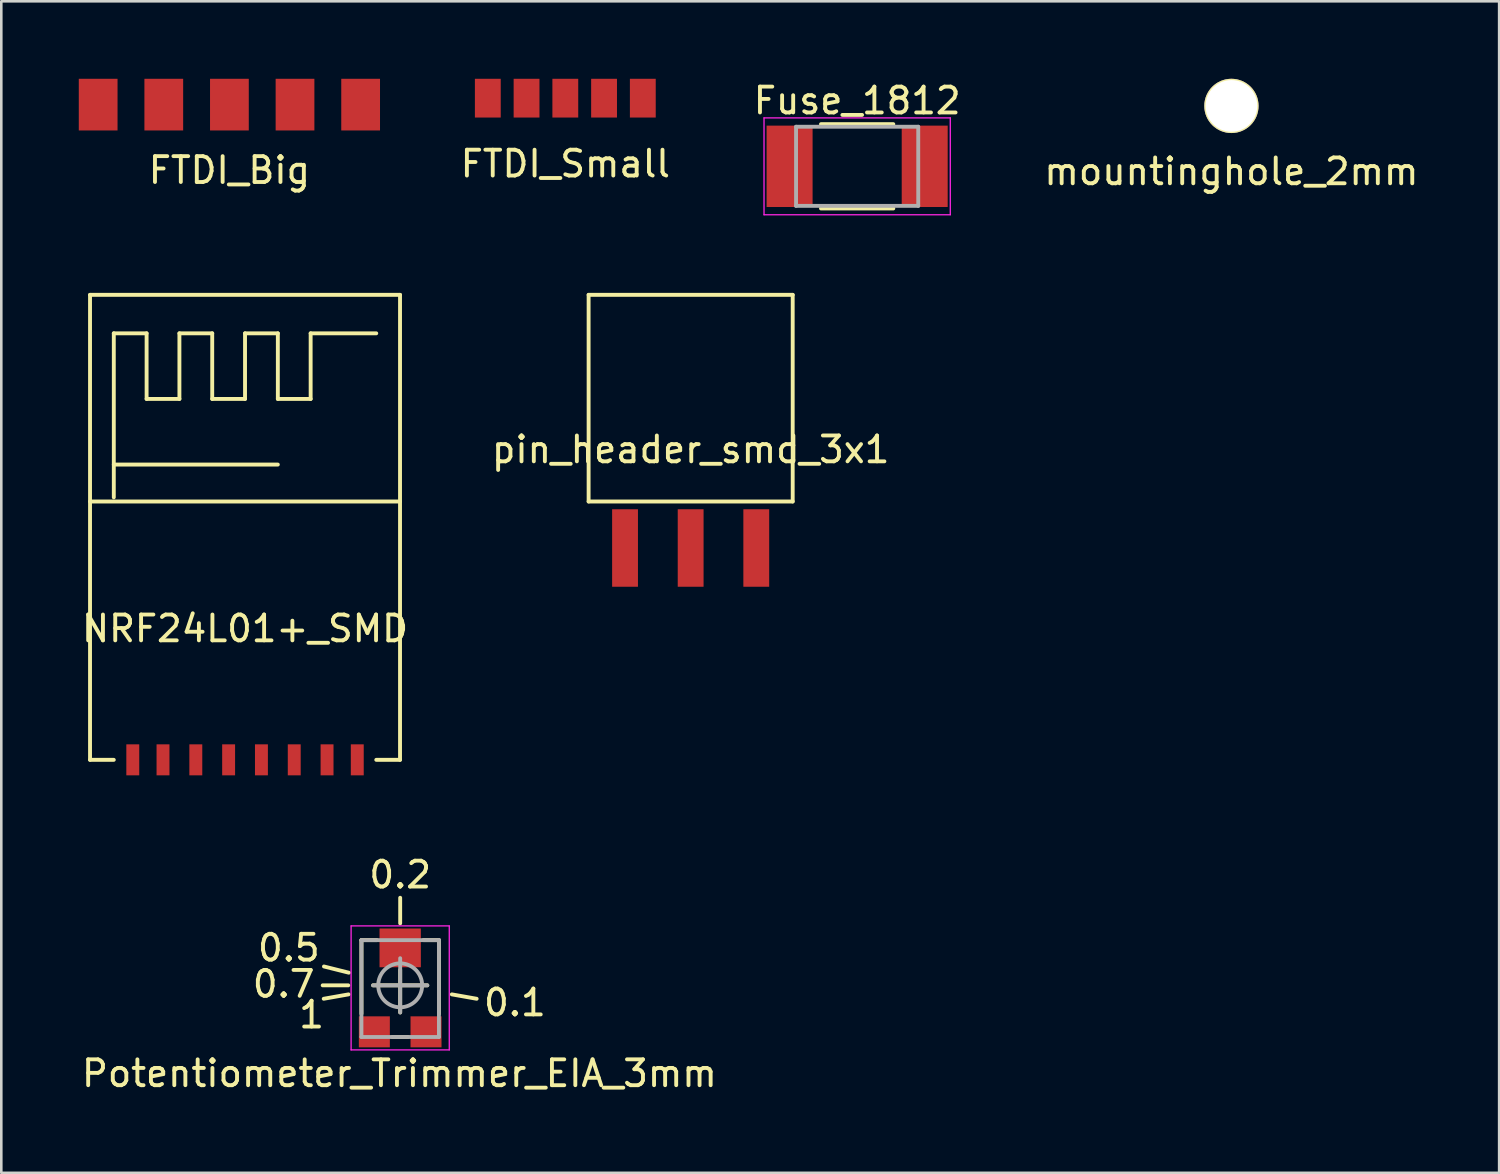
<source format=kicad_pcb>
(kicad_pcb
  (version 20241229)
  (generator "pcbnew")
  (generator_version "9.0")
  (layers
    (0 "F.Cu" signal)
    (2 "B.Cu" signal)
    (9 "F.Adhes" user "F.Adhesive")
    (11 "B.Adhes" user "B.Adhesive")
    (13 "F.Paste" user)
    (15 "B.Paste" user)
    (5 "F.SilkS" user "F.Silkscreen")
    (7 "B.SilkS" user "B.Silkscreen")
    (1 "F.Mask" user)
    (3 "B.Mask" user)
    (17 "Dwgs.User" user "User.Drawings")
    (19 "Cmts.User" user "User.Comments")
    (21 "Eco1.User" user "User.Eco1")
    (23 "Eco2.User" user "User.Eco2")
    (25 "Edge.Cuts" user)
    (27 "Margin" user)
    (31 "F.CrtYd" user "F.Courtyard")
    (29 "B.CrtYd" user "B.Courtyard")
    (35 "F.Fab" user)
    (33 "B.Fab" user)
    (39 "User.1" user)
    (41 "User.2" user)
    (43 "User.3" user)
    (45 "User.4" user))
  (footprint "pin_header_smd_3x1"
    (layer "F.Cu")
    (at 23.685 18.163)
    (property "Reference" "pin_header_smd_3x1" (at 0 -3.81 0) (layer "F.SilkS") (effects (font (size 1 1) (thickness 0.15))))
    (attr through_hole)
    (fp_line (start -3.95 -9.8) (end 3.95 -9.8) (stroke (width 0.15) (type solid)) (layer "F.SilkS"))
    (fp_line (start -3.95 -1.8) (end -3.95 -9.8) (stroke (width 0.15) (type solid)) (layer "F.SilkS"))
    (fp_line (start -3.95 -1.8) (end 3.95 -1.8) (stroke (width 0.15) (type solid)) (layer "F.SilkS"))
    (fp_line (start 3.95 -1.8) (end 3.95 -9.8) (stroke (width 0.15) (type solid)) (layer "F.SilkS"))
    (pad "1" smd rect (at -2.54 0) (size 1 3) (layers "F.Cu" "F.Mask" "F.Paste"))
    (pad "2" smd rect (at 0 0) (size 1 3) (layers "F.Cu" "F.Mask" "F.Paste"))
    (pad "3" smd rect (at 2.54 0) (size 1 3) (layers "F.Cu" "F.Mask" "F.Paste")))
  (footprint "mountinghole_2mm"
    (layer "F.Cu")
    (at 44.618 1.05)
    (property "Reference" "mountinghole_2mm" (at 0 2.54 0) (layer "F.SilkS") (effects (font (size 1 1) (thickness 0.15))))
    (attr through_hole)
    (pad "1" thru_hole circle (at 0 0) (size 2.1 2.1) (drill 2) (layers "*.Cu" "*.Mask" "F.SilkS")))
  (footprint "Potentiometer_Trimmer_EIA_3mm"
    (layer "F.Cu")
    (at 12.441 35.092)
    (property "Reference" "Potentiometer_Trimmer_EIA_3mm" (at -0.03 3.41 0) (layer "F.SilkS") (effects (font (size 1 1) (thickness 0.15))))
    (attr through_hole)
    (fp_line (start -2.01 0) (end -3 0) (stroke (width 0.15) (type solid)) (layer "F.SilkS"))
    (fp_line (start -2 0.35) (end -2.96 0.52) (stroke (width 0.15) (type solid)) (layer "F.SilkS"))
    (fp_line (start -1.99 -0.49) (end -2.95 -0.73) (stroke (width 0.15) (type solid)) (layer "F.SilkS"))
    (fp_line (start -1.5 -1.75) (end -1.5 1.1) (stroke (width 0.15) (type solid)) (layer "F.SilkS"))
    (fp_line (start -1.5 -1.75) (end -0.9 -1.75) (stroke (width 0.15) (type solid)) (layer "F.SilkS"))
    (fp_line (start -1.05 0) (end 1.05 0) (stroke (width 0.15) (type solid)) (layer "F.SilkS"))
    (fp_line (start -0.3 2) (end 0.3 2) (stroke (width 0.15) (type solid)) (layer "F.SilkS"))
    (fp_line (start 0 -2.4) (end 0 -3.39) (stroke (width 0.15) (type solid)) (layer "F.SilkS"))
    (fp_line (start 0 -0.6) (end 0 1.05) (stroke (width 0.15) (type solid)) (layer "F.SilkS"))
    (fp_line (start 1.5 -1.75) (end 0.9 -1.75) (stroke (width 0.15) (type solid)) (layer "F.SilkS"))
    (fp_line (start 1.5 -1.75) (end 1.5 1.1) (stroke (width 0.15) (type solid)) (layer "F.SilkS"))
    (fp_line (start 2 0.35) (end 2.96 0.52) (stroke (width 0.15) (type solid)) (layer "F.SilkS"))
    (fp_line (start -1.9 -2.3) (end -1.9 2.5) (stroke (width 0.05) (type solid)) (layer "F.CrtYd"))
    (fp_line (start 1.9 -2.3) (end -1.9 -2.3) (stroke (width 0.05) (type solid)) (layer "F.CrtYd"))
    (fp_line (start 1.9 -2.3) (end 1.9 2.5) (stroke (width 0.05) (type solid)) (layer "F.CrtYd"))
    (fp_line (start 1.9 2.5) (end -1.9 2.5) (stroke (width 0.05) (type solid)) (layer "F.CrtYd"))
    (fp_line (start -1.5 -1.75) (end -1.5 2) (stroke (width 0.15) (type solid)) (layer "F.Fab"))
    (fp_line (start -1.5 -1.75) (end 1.5 -1.75) (stroke (width 0.15) (type solid)) (layer "F.Fab"))
    (fp_line (start -1.5 2) (end 1.5 2) (stroke (width 0.15) (type solid)) (layer "F.Fab"))
    (fp_line (start -1.05 0) (end 1.05 0) (stroke (width 0.15) (type solid)) (layer "F.Fab"))
    (fp_line (start 0 -1.05) (end 0 1.05) (stroke (width 0.15) (type solid)) (layer "F.Fab"))
    (fp_line (start 1.5 -1.75) (end 1.5 2) (stroke (width 0.15) (type solid)) (layer "F.Fab"))
    (fp_circle (center 0 0) (end 0.85 0) (stroke (width 0.15) (type solid)) (fill no) (layer "F.Fab"))
    (fp_text user "0.1" (at 4.44 0.67 0) (layer "F.SilkS") (effects (font (size 1 1) (thickness 0.15))))
    (fp_text user "1" (at -3.43 1.14 0) (layer "F.SilkS") (effects (font (size 1 1) (thickness 0.15))))
    (fp_text user "0.7" (at -4.51 -0.05 0) (layer "F.SilkS") (effects (font (size 1 1) (thickness 0.15))))
    (fp_text user "0.5" (at -4.31 -1.45 0) (layer "F.SilkS") (effects (font (size 1 1) (thickness 0.15))))
    (fp_text user "0.2" (at 0 -4.28 0) (layer "F.SilkS") (effects (font (size 1 1) (thickness 0.15))))
    (pad "1" smd rect (at -1 1.8) (size 1.2 1.2) (layers "F.Cu" "F.Mask" "F.Paste"))
    (pad "2" smd rect (at 0 -1.45) (size 1.6 1.5) (layers "F.Cu" "F.Mask" "F.Paste"))
    (pad "3" smd rect (at 1 1.8) (size 1.2 1.2) (layers "F.Cu" "F.Mask" "F.Paste")))
  (footprint "NRF24L01+_SMD"
    (layer "F.Cu")
    (at 6.435 26.363)
    (property "Reference" "NRF24L01+_SMD" (at 0 -5.08 0) (layer "F.SilkS") (effects (font (size 1 1) (thickness 0.15))))
    (attr through_hole)
    (fp_line (start -6 -18) (end 6 -18) (stroke (width 0.15) (type solid)) (layer "F.SilkS"))
    (fp_line (start -6 -10) (end 6 -10) (stroke (width 0.15) (type solid)) (layer "F.SilkS"))
    (fp_line (start -6 0) (end -6 -18) (stroke (width 0.15) (type solid)) (layer "F.SilkS"))
    (fp_line (start -5.08 -16.51) (end -5.08 -10.16) (stroke (width 0.15) (type solid)) (layer "F.SilkS"))
    (fp_line (start -5.08 -16.51) (end -3.81 -16.51) (stroke (width 0.15) (type solid)) (layer "F.SilkS"))
    (fp_line (start -5.08 -11.43) (end 1.27 -11.43) (stroke (width 0.15) (type solid)) (layer "F.SilkS"))
    (fp_line (start -5.08 0) (end -6 0) (stroke (width 0.15) (type solid)) (layer "F.SilkS"))
    (fp_line (start -3.81 -16.51) (end -3.81 -13.97) (stroke (width 0.15) (type solid)) (layer "F.SilkS"))
    (fp_line (start -3.81 -13.97) (end -2.54 -13.97) (stroke (width 0.15) (type solid)) (layer "F.SilkS"))
    (fp_line (start -2.54 -16.51) (end -1.27 -16.51) (stroke (width 0.15) (type solid)) (layer "F.SilkS"))
    (fp_line (start -2.54 -13.97) (end -2.54 -16.51) (stroke (width 0.15) (type solid)) (layer "F.SilkS"))
    (fp_line (start -1.27 -16.51) (end -1.27 -13.97) (stroke (width 0.15) (type solid)) (layer "F.SilkS"))
    (fp_line (start -1.27 -13.97) (end 0 -13.97) (stroke (width 0.15) (type solid)) (layer "F.SilkS"))
    (fp_line (start 0 -16.51) (end 1.27 -16.51) (stroke (width 0.15) (type solid)) (layer "F.SilkS"))
    (fp_line (start 0 -13.97) (end 0 -16.51) (stroke (width 0.15) (type solid)) (layer "F.SilkS"))
    (fp_line (start 1.27 -16.51) (end 1.27 -13.97) (stroke (width 0.15) (type solid)) (layer "F.SilkS"))
    (fp_line (start 1.27 -13.97) (end 2.54 -13.97) (stroke (width 0.15) (type solid)) (layer "F.SilkS"))
    (fp_line (start 2.54 -16.51) (end 5.08 -16.51) (stroke (width 0.15) (type solid)) (layer "F.SilkS"))
    (fp_line (start 2.54 -13.97) (end 2.54 -16.51) (stroke (width 0.15) (type solid)) (layer "F.SilkS"))
    (fp_line (start 5.08 0) (end 6 0) (stroke (width 0.15) (type solid)) (layer "F.SilkS"))
    (fp_line (start 6 -18) (end 6 0) (stroke (width 0.15) (type solid)) (layer "F.SilkS"))
    (pad "1" smd rect (at -3.175 0) (size 0.5 1.2) (layers "F.Cu" "F.Mask" "F.Paste"))
    (pad "2" smd rect (at -4.345 0) (size 0.5 1.2) (layers "F.Cu" "F.Mask" "F.Paste"))
    (pad "3" smd rect (at -1.905 0) (size 0.5 1.2) (layers "F.Cu" "F.Mask" "F.Paste"))
    (pad "4" smd rect (at -0.635 0) (size 0.5 1.2) (layers "F.Cu" "F.Mask" "F.Paste"))
    (pad "5" smd rect (at 0.635 0) (size 0.5 1.2) (layers "F.Cu" "F.Mask" "F.Paste"))
    (pad "6" smd rect (at 1.905 0) (size 0.5 1.2) (layers "F.Cu" "F.Mask" "F.Paste"))
    (pad "7" smd rect (at 3.175 0) (size 0.5 1.2) (layers "F.Cu" "F.Mask" "F.Paste"))
    (pad "8" smd rect (at 4.345 0) (size 0.5 1.2) (layers "F.Cu" "F.Mask" "F.Paste")))
  (footprint "FTDI_Small"
    (layer "F.Cu")
    (at 18.833 0.75)
    (property "Reference" "FTDI_Small" (at 0 2.54 0) (layer "F.SilkS") (effects (font (size 1 1) (thickness 0.15))))
    (attr through_hole)
    (pad "1" smd rect (at -3 0) (size 1 1.5) (layers "F.Cu" "F.Mask" "F.Paste"))
    (pad "2" smd rect (at -1.5 0) (size 1 1.5) (layers "F.Cu" "F.Mask" "F.Paste"))
    (pad "3" smd rect (at 0 0) (size 1 1.5) (layers "F.Cu" "F.Mask" "F.Paste"))
    (pad "4" smd rect (at 1.5 0) (size 1 1.5) (layers "F.Cu" "F.Mask" "F.Paste"))
    (pad "5" smd rect (at 3 0) (size 1 1.5) (layers "F.Cu" "F.Mask" "F.Paste")))
  (footprint "Fuse_1812"
    (layer "F.Cu")
    (at 30.13 3.388)
    (property "Reference" "Fuse_1812" (at 0 -2.54 0) (layer "F.SilkS") (effects (font (size 1 1) (thickness 0.15))))
    (attr through_hole)
    (fp_line (start -1.4 -1.632) (end 1.4 -1.632) (stroke (width 0.15) (type solid)) (layer "F.SilkS"))
    (fp_line (start -1.4 1.632) (end 1.4 1.632) (stroke (width 0.15) (type solid)) (layer "F.SilkS"))
    (fp_line (start -3.605 -1.875) (end -3.605 1.875) (stroke (width 0.05) (type solid)) (layer "F.CrtYd"))
    (fp_line (start 3.605 -1.875) (end -3.605 -1.875) (stroke (width 0.05) (type solid)) (layer "F.CrtYd"))
    (fp_line (start 3.605 -1.875) (end 3.605 1.875) (stroke (width 0.05) (type solid)) (layer "F.CrtYd"))
    (fp_line (start 3.605 1.875) (end -3.605 1.875) (stroke (width 0.05) (type solid)) (layer "F.CrtYd"))
    (fp_line (start -2.365 -1.532) (end -2.365 1.532) (stroke (width 0.15) (type solid)) (layer "F.Fab"))
    (fp_line (start -2.365 -1.532) (end 2.365 -1.532) (stroke (width 0.15) (type solid)) (layer "F.Fab"))
    (fp_line (start -2.365 1.532) (end 2.365 1.532) (stroke (width 0.15) (type solid)) (layer "F.Fab"))
    (fp_line (start 2.365 -1.532) (end 2.365 1.532) (stroke (width 0.15) (type solid)) (layer "F.Fab"))
    (pad "1" smd rect (at -2.615 0) (size 1.78 3.15) (layers "F.Cu" "F.Mask" "F.Paste"))
    (pad "2" smd rect (at 2.615 0) (size 1.78 3.15) (layers "F.Cu" "F.Mask" "F.Paste")))
  (footprint "FTDI_Big"
    (layer "F.Cu")
    (at 5.83 1)
    (property "Reference" "FTDI_Big" (at 0 2.54 0) (layer "F.SilkS") (effects (font (size 1 1) (thickness 0.15))))
    (attr through_hole)
    (pad "1" smd rect (at -5.08 0) (size 1.5 2) (layers "F.Cu" "F.Mask" "F.Paste"))
    (pad "2" smd rect (at -2.54 0) (size 1.5 2) (layers "F.Cu" "F.Mask" "F.Paste"))
    (pad "3" smd rect (at 0 0) (size 1.5 2) (layers "F.Cu" "F.Mask" "F.Paste"))
    (pad "4" smd rect (at 2.54 0) (size 1.5 2) (layers "F.Cu" "F.Mask" "F.Paste"))
    (pad "5" smd rect (at 5.08 0) (size 1.5 2) (layers "F.Cu" "F.Mask" "F.Paste")))
  (gr_rect
    (start -3 -3)
    (end 54.981 42.35)
    (stroke (width 0.1) (type default))
    (fill no)
    (layer "Edge.Cuts")))
</source>
